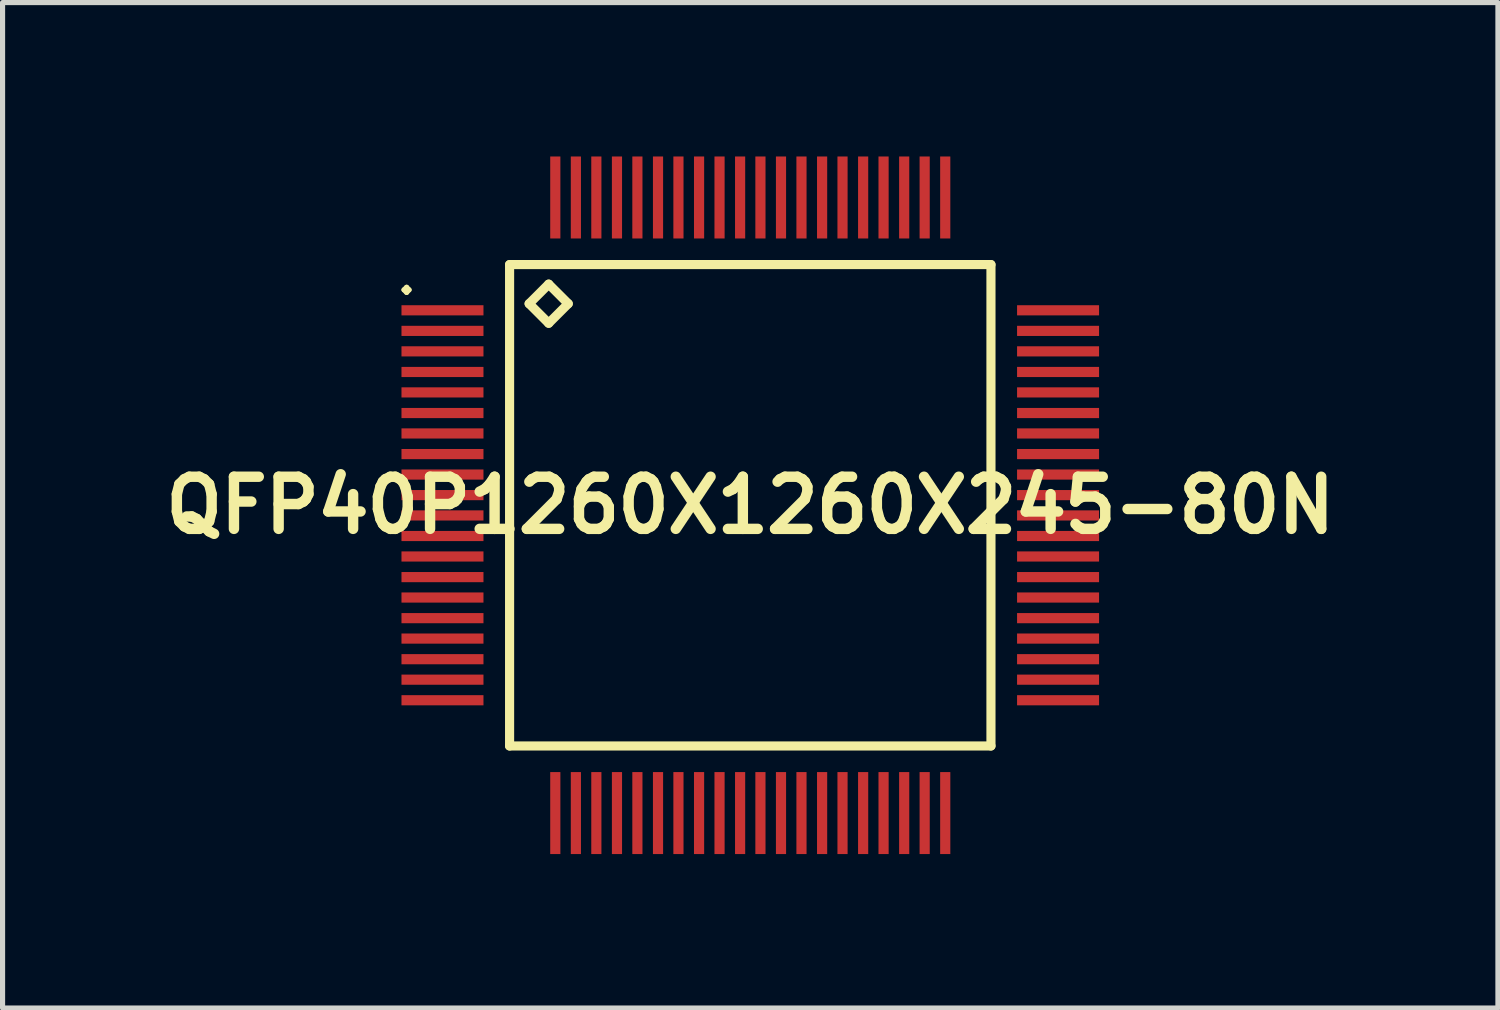
<source format=kicad_pcb>
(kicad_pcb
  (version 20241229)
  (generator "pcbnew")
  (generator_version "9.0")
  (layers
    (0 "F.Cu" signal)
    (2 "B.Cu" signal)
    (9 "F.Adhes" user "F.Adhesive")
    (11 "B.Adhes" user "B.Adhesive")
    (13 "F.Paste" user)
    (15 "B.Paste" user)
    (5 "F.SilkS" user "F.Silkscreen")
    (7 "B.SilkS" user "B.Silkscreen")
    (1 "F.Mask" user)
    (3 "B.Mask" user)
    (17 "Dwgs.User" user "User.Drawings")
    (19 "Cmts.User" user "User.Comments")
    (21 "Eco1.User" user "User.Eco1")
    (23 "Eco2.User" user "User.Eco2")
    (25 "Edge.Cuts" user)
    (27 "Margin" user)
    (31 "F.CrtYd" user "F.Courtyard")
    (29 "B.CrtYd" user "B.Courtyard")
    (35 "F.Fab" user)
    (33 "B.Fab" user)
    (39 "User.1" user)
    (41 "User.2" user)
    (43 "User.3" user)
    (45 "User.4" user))
  (footprint "QFP40P1260X1260X245-80N"
    (layer "F.Cu")
    (at 11.573 6.798)
    (property "Reference" "QFP40P1260X1260X245-80N" (at 0 0 0) (layer "F.SilkS") (effects (font (size 1.016 1.016) (thickness 0.203))))
    (attr smd)
    (fp_line (start -6.749 -4.199) (end -6.698 -4.249) (stroke (width 0.099) (type solid)) (layer "F.SilkS"))
    (fp_line (start -6.698 -4.249) (end -6.65 -4.199) (stroke (width 0.099) (type solid)) (layer "F.SilkS"))
    (fp_line (start -6.698 -4.148) (end -6.749 -4.199) (stroke (width 0.099) (type solid)) (layer "F.SilkS"))
    (fp_line (start -6.65 -4.199) (end -6.698 -4.148) (stroke (width 0.099) (type solid)) (layer "F.SilkS"))
    (fp_line (start -4.691 -4.691) (end -4.691 4.691) (stroke (width 0.178) (type solid)) (layer "F.SilkS"))
    (fp_line (start -4.691 4.691) (end 4.691 4.691) (stroke (width 0.178) (type solid)) (layer "F.SilkS"))
    (fp_line (start -4.31 -3.929) (end -3.929 -4.31) (stroke (width 0.178) (type solid)) (layer "F.SilkS"))
    (fp_line (start -3.929 -4.31) (end -3.548 -3.929) (stroke (width 0.178) (type solid)) (layer "F.SilkS"))
    (fp_line (start -3.929 -3.548) (end -4.31 -3.929) (stroke (width 0.178) (type solid)) (layer "F.SilkS"))
    (fp_line (start -3.548 -3.929) (end -3.929 -3.548) (stroke (width 0.178) (type solid)) (layer "F.SilkS"))
    (fp_line (start 4.691 -4.691) (end -4.691 -4.691) (stroke (width 0.178) (type solid)) (layer "F.SilkS"))
    (fp_line (start 4.691 4.691) (end 4.691 -4.691) (stroke (width 0.178) (type solid)) (layer "F.SilkS"))
    (pad "1" smd rect (at -5.999 -3.8) (size 1.598 0.198) (layers "F.Cu" "F.Mask" "F.Paste"))
    (pad "2" smd rect (at -5.999 -3.399) (size 1.598 0.198) (layers "F.Cu" "F.Mask" "F.Paste"))
    (pad "3" smd rect (at -5.999 -3) (size 1.598 0.198) (layers "F.Cu" "F.Mask" "F.Paste"))
    (pad "4" smd rect (at -5.999 -2.598) (size 1.598 0.198) (layers "F.Cu" "F.Mask" "F.Paste"))
    (pad "5" smd rect (at -5.999 -2.2) (size 1.598 0.198) (layers "F.Cu" "F.Mask" "F.Paste"))
    (pad "6" smd rect (at -5.999 -1.798) (size 1.598 0.198) (layers "F.Cu" "F.Mask" "F.Paste"))
    (pad "7" smd rect (at -5.999 -1.4) (size 1.598 0.198) (layers "F.Cu" "F.Mask" "F.Paste"))
    (pad "8" smd rect (at -5.999 -0.998) (size 1.598 0.198) (layers "F.Cu" "F.Mask" "F.Paste"))
    (pad "9" smd rect (at -5.999 -0.599) (size 1.598 0.198) (layers "F.Cu" "F.Mask" "F.Paste"))
    (pad "10" smd rect (at -5.999 -0.198) (size 1.598 0.198) (layers "F.Cu" "F.Mask" "F.Paste"))
    (pad "11" smd rect (at -5.999 0.198) (size 1.598 0.198) (layers "F.Cu" "F.Mask" "F.Paste"))
    (pad "12" smd rect (at -5.999 0.599) (size 1.598 0.198) (layers "F.Cu" "F.Mask" "F.Paste"))
    (pad "13" smd rect (at -5.999 0.998) (size 1.598 0.198) (layers "F.Cu" "F.Mask" "F.Paste"))
    (pad "14" smd rect (at -5.999 1.4) (size 1.598 0.198) (layers "F.Cu" "F.Mask" "F.Paste"))
    (pad "15" smd rect (at -5.999 1.798) (size 1.598 0.198) (layers "F.Cu" "F.Mask" "F.Paste"))
    (pad "16" smd rect (at -5.999 2.2) (size 1.598 0.198) (layers "F.Cu" "F.Mask" "F.Paste"))
    (pad "17" smd rect (at -5.999 2.598) (size 1.598 0.198) (layers "F.Cu" "F.Mask" "F.Paste"))
    (pad "18" smd rect (at -5.999 3) (size 1.598 0.198) (layers "F.Cu" "F.Mask" "F.Paste"))
    (pad "19" smd rect (at -5.999 3.399) (size 1.598 0.198) (layers "F.Cu" "F.Mask" "F.Paste"))
    (pad "20" smd rect (at -5.999 3.8) (size 1.598 0.198) (layers "F.Cu" "F.Mask" "F.Paste"))
    (pad "21" smd rect (at -3.8 5.999) (size 0.198 1.598) (layers "F.Cu" "F.Mask" "F.Paste"))
    (pad "22" smd rect (at -3.399 5.999) (size 0.198 1.598) (layers "F.Cu" "F.Mask" "F.Paste"))
    (pad "23" smd rect (at -3 5.999) (size 0.198 1.598) (layers "F.Cu" "F.Mask" "F.Paste"))
    (pad "24" smd rect (at -2.598 5.999) (size 0.198 1.598) (layers "F.Cu" "F.Mask" "F.Paste"))
    (pad "25" smd rect (at -2.2 5.999) (size 0.198 1.598) (layers "F.Cu" "F.Mask" "F.Paste"))
    (pad "26" smd rect (at -1.798 5.999) (size 0.198 1.598) (layers "F.Cu" "F.Mask" "F.Paste"))
    (pad "27" smd rect (at -1.4 5.999) (size 0.198 1.598) (layers "F.Cu" "F.Mask" "F.Paste"))
    (pad "28" smd rect (at -0.998 5.999) (size 0.198 1.598) (layers "F.Cu" "F.Mask" "F.Paste"))
    (pad "29" smd rect (at -0.599 5.999) (size 0.198 1.598) (layers "F.Cu" "F.Mask" "F.Paste"))
    (pad "30" smd rect (at -0.198 5.999) (size 0.198 1.598) (layers "F.Cu" "F.Mask" "F.Paste"))
    (pad "31" smd rect (at 0.198 5.999) (size 0.198 1.598) (layers "F.Cu" "F.Mask" "F.Paste"))
    (pad "32" smd rect (at 0.599 5.999) (size 0.198 1.598) (layers "F.Cu" "F.Mask" "F.Paste"))
    (pad "33" smd rect (at 0.998 5.999) (size 0.198 1.598) (layers "F.Cu" "F.Mask" "F.Paste"))
    (pad "34" smd rect (at 1.4 5.999) (size 0.198 1.598) (layers "F.Cu" "F.Mask" "F.Paste"))
    (pad "35" smd rect (at 1.798 5.999) (size 0.198 1.598) (layers "F.Cu" "F.Mask" "F.Paste"))
    (pad "36" smd rect (at 2.2 5.999) (size 0.198 1.598) (layers "F.Cu" "F.Mask" "F.Paste"))
    (pad "37" smd rect (at 2.598 5.999) (size 0.198 1.598) (layers "F.Cu" "F.Mask" "F.Paste"))
    (pad "38" smd rect (at 3 5.999) (size 0.198 1.598) (layers "F.Cu" "F.Mask" "F.Paste"))
    (pad "39" smd rect (at 3.399 5.999) (size 0.198 1.598) (layers "F.Cu" "F.Mask" "F.Paste"))
    (pad "40" smd rect (at 3.8 5.999) (size 0.198 1.598) (layers "F.Cu" "F.Mask" "F.Paste"))
    (pad "41" smd rect (at 5.999 3.8) (size 1.598 0.198) (layers "F.Cu" "F.Mask" "F.Paste"))
    (pad "42" smd rect (at 5.999 3.399) (size 1.598 0.198) (layers "F.Cu" "F.Mask" "F.Paste"))
    (pad "43" smd rect (at 5.999 3) (size 1.598 0.198) (layers "F.Cu" "F.Mask" "F.Paste"))
    (pad "44" smd rect (at 5.999 2.598) (size 1.598 0.198) (layers "F.Cu" "F.Mask" "F.Paste"))
    (pad "45" smd rect (at 5.999 2.2) (size 1.598 0.198) (layers "F.Cu" "F.Mask" "F.Paste"))
    (pad "46" smd rect (at 5.999 1.798) (size 1.598 0.198) (layers "F.Cu" "F.Mask" "F.Paste"))
    (pad "47" smd rect (at 5.999 1.4) (size 1.598 0.198) (layers "F.Cu" "F.Mask" "F.Paste"))
    (pad "48" smd rect (at 5.999 0.998) (size 1.598 0.198) (layers "F.Cu" "F.Mask" "F.Paste"))
    (pad "49" smd rect (at 5.999 0.599) (size 1.598 0.198) (layers "F.Cu" "F.Mask" "F.Paste"))
    (pad "50" smd rect (at 5.999 0.198) (size 1.598 0.198) (layers "F.Cu" "F.Mask" "F.Paste"))
    (pad "51" smd rect (at 5.999 -0.198) (size 1.598 0.198) (layers "F.Cu" "F.Mask" "F.Paste"))
    (pad "52" smd rect (at 5.999 -0.599) (size 1.598 0.198) (layers "F.Cu" "F.Mask" "F.Paste"))
    (pad "53" smd rect (at 5.999 -0.998) (size 1.598 0.198) (layers "F.Cu" "F.Mask" "F.Paste"))
    (pad "54" smd rect (at 5.999 -1.4) (size 1.598 0.198) (layers "F.Cu" "F.Mask" "F.Paste"))
    (pad "55" smd rect (at 5.999 -1.798) (size 1.598 0.198) (layers "F.Cu" "F.Mask" "F.Paste"))
    (pad "56" smd rect (at 5.999 -2.2) (size 1.598 0.198) (layers "F.Cu" "F.Mask" "F.Paste"))
    (pad "57" smd rect (at 5.999 -2.598) (size 1.598 0.198) (layers "F.Cu" "F.Mask" "F.Paste"))
    (pad "58" smd rect (at 5.999 -3) (size 1.598 0.198) (layers "F.Cu" "F.Mask" "F.Paste"))
    (pad "59" smd rect (at 5.999 -3.399) (size 1.598 0.198) (layers "F.Cu" "F.Mask" "F.Paste"))
    (pad "60" smd rect (at 5.999 -3.8) (size 1.598 0.198) (layers "F.Cu" "F.Mask" "F.Paste"))
    (pad "61" smd rect (at 3.8 -5.999) (size 0.198 1.598) (layers "F.Cu" "F.Mask" "F.Paste"))
    (pad "62" smd rect (at 3.399 -5.999) (size 0.198 1.598) (layers "F.Cu" "F.Mask" "F.Paste"))
    (pad "63" smd rect (at 3 -5.999) (size 0.198 1.598) (layers "F.Cu" "F.Mask" "F.Paste"))
    (pad "64" smd rect (at 2.598 -5.999) (size 0.198 1.598) (layers "F.Cu" "F.Mask" "F.Paste"))
    (pad "65" smd rect (at 2.2 -5.999) (size 0.198 1.598) (layers "F.Cu" "F.Mask" "F.Paste"))
    (pad "66" smd rect (at 1.798 -5.999) (size 0.198 1.598) (layers "F.Cu" "F.Mask" "F.Paste"))
    (pad "67" smd rect (at 1.4 -5.999) (size 0.198 1.598) (layers "F.Cu" "F.Mask" "F.Paste"))
    (pad "68" smd rect (at 0.998 -5.999) (size 0.198 1.598) (layers "F.Cu" "F.Mask" "F.Paste"))
    (pad "69" smd rect (at 0.599 -5.999) (size 0.198 1.598) (layers "F.Cu" "F.Mask" "F.Paste"))
    (pad "70" smd rect (at 0.198 -5.999) (size 0.198 1.598) (layers "F.Cu" "F.Mask" "F.Paste"))
    (pad "71" smd rect (at -0.198 -5.999) (size 0.198 1.598) (layers "F.Cu" "F.Mask" "F.Paste"))
    (pad "72" smd rect (at -0.599 -5.999) (size 0.198 1.598) (layers "F.Cu" "F.Mask" "F.Paste"))
    (pad "73" smd rect (at -0.998 -5.999) (size 0.198 1.598) (layers "F.Cu" "F.Mask" "F.Paste"))
    (pad "74" smd rect (at -1.4 -5.999) (size 0.198 1.598) (layers "F.Cu" "F.Mask" "F.Paste"))
    (pad "75" smd rect (at -1.798 -5.999) (size 0.198 1.598) (layers "F.Cu" "F.Mask" "F.Paste"))
    (pad "76" smd rect (at -2.2 -5.999) (size 0.198 1.598) (layers "F.Cu" "F.Mask" "F.Paste"))
    (pad "77" smd rect (at -2.598 -5.999) (size 0.198 1.598) (layers "F.Cu" "F.Mask" "F.Paste"))
    (pad "78" smd rect (at -3 -5.999) (size 0.198 1.598) (layers "F.Cu" "F.Mask" "F.Paste"))
    (pad "79" smd rect (at -3.399 -5.999) (size 0.198 1.598) (layers "F.Cu" "F.Mask" "F.Paste"))
    (pad "80" smd rect (at -3.8 -5.999) (size 0.198 1.598) (layers "F.Cu" "F.Mask" "F.Paste")))
  (gr_rect
    (start -3 -3)
    (end 26.145 16.597)
    (stroke (width 0.1) (type default))
    (fill no)
    (layer "Edge.Cuts")))
</source>
